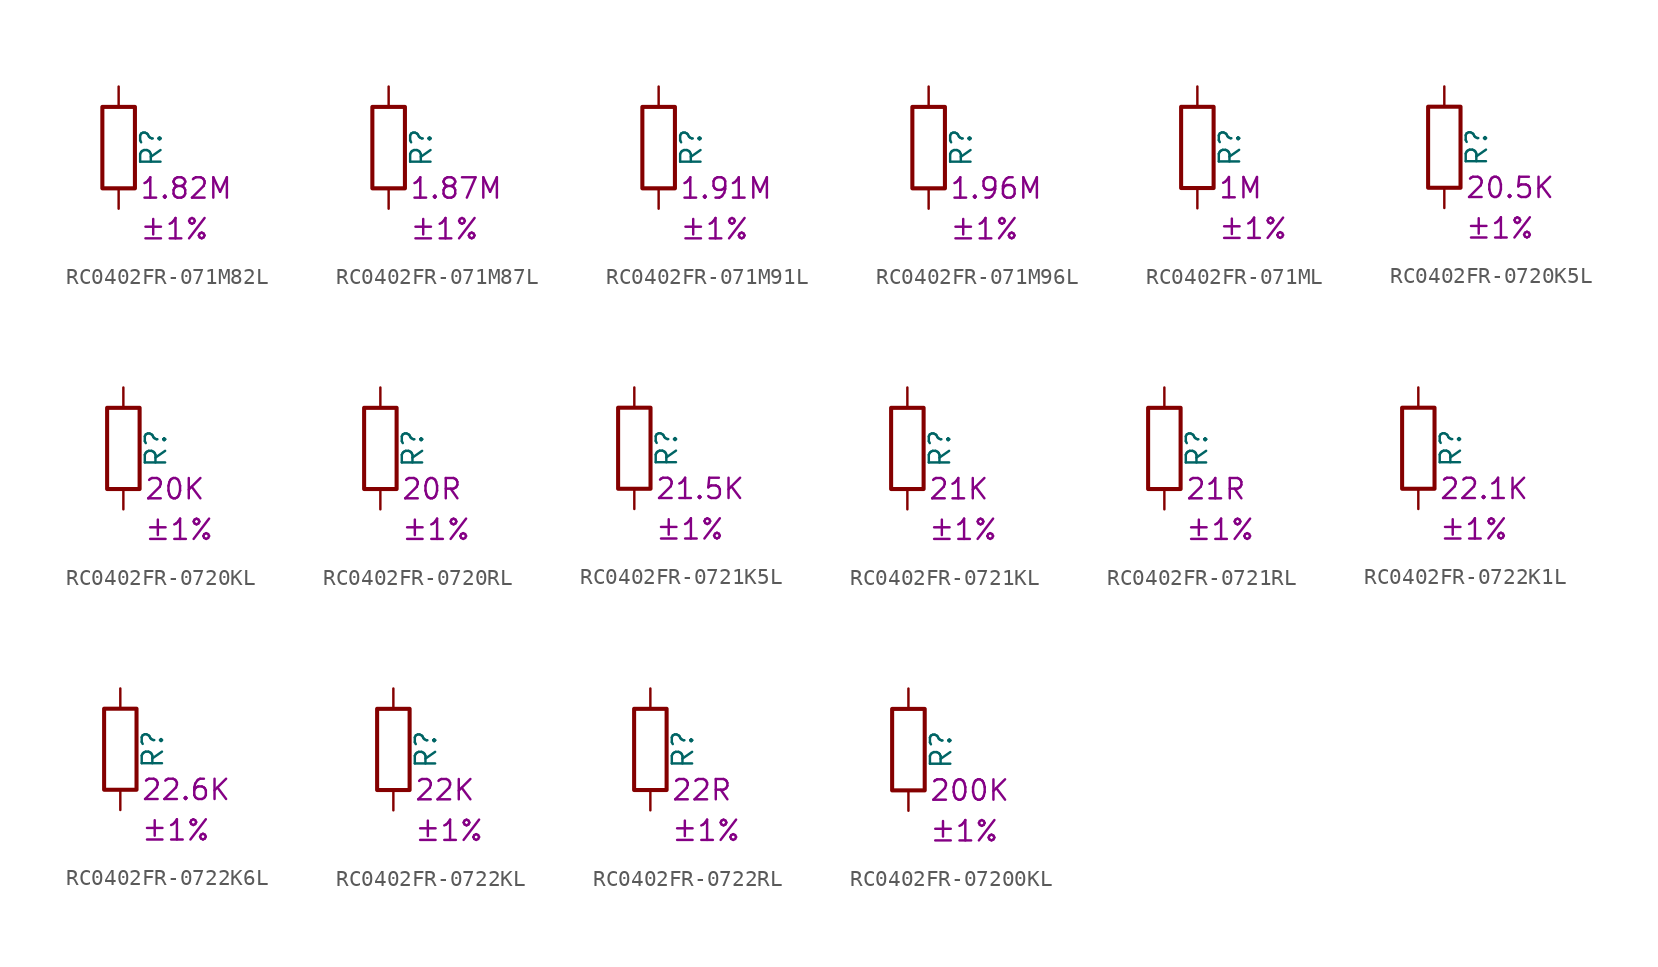
<source format=kicad_sym>
(kicad_symbol_lib
  (version 20220914)
  (generator kicad_symbol_editor)
  (symbol "RC0402FR-071M82L"
    (pin_numbers hide)
    (pin_names
      (offset 0))
    (property "Reference" "R"
      (at 2.032 0 90)
      (effects (font (size 1.27 1.27))))
    (property "Resistance" "1.82M"
      (at 1.27 -2.54 0)
      (effects (font (size 1.27 1.27)) (justify left)))
    (property "Tolerance" "±1%"
      (at 1.27 -5.08 0)
      (effects (font (size 1.27 1.27)) (justify left)))
    (symbol "RC0402FR-071M82L_0_1"
      (rectangle (start -1.016 -2.54) (end 1.016 2.54) (stroke (width 0.254) (type default)) (fill (type none))))
    (symbol "RC0402FR-071M82L_1_1"
      (pin passive line (at 0 3.81 270) (length 1.27) (name "~" (effects (font (size 1.27 1.27)))) (number "1" (effects (font (size 1.27 1.27)))))
      (pin passive line (at 0 -3.81 90) (length 1.27) (name "~" (effects (font (size 1.27 1.27)))) (number "2" (effects (font (size 1.27 1.27)))))))
  (symbol "RC0402FR-071M87L"
    (pin_numbers hide)
    (pin_names
      (offset 0))
    (property "Reference" "R"
      (at 2.032 0 90)
      (effects (font (size 1.27 1.27))))
    (property "Resistance" "1.87M"
      (at 1.27 -2.54 0)
      (effects (font (size 1.27 1.27)) (justify left)))
    (property "Tolerance" "±1%"
      (at 1.27 -5.08 0)
      (effects (font (size 1.27 1.27)) (justify left)))
    (symbol "RC0402FR-071M87L_0_1"
      (rectangle (start -1.016 -2.54) (end 1.016 2.54) (stroke (width 0.254) (type default)) (fill (type none))))
    (symbol "RC0402FR-071M87L_1_1"
      (pin passive line (at 0 3.81 270) (length 1.27) (name "~" (effects (font (size 1.27 1.27)))) (number "1" (effects (font (size 1.27 1.27)))))
      (pin passive line (at 0 -3.81 90) (length 1.27) (name "~" (effects (font (size 1.27 1.27)))) (number "2" (effects (font (size 1.27 1.27)))))))
  (symbol "RC0402FR-071M91L"
    (pin_numbers hide)
    (pin_names
      (offset 0))
    (property "Reference" "R"
      (at 2.032 0 90)
      (effects (font (size 1.27 1.27))))
    (property "Resistance" "1.91M"
      (at 1.27 -2.54 0)
      (effects (font (size 1.27 1.27)) (justify left)))
    (property "Tolerance" "±1%"
      (at 1.27 -5.08 0)
      (effects (font (size 1.27 1.27)) (justify left)))
    (symbol "RC0402FR-071M91L_0_1"
      (rectangle (start -1.016 -2.54) (end 1.016 2.54) (stroke (width 0.254) (type default)) (fill (type none))))
    (symbol "RC0402FR-071M91L_1_1"
      (pin passive line (at 0 3.81 270) (length 1.27) (name "~" (effects (font (size 1.27 1.27)))) (number "1" (effects (font (size 1.27 1.27)))))
      (pin passive line (at 0 -3.81 90) (length 1.27) (name "~" (effects (font (size 1.27 1.27)))) (number "2" (effects (font (size 1.27 1.27)))))))
  (symbol "RC0402FR-071M96L"
    (pin_numbers hide)
    (pin_names
      (offset 0))
    (property "Reference" "R"
      (at 2.032 0 90)
      (effects (font (size 1.27 1.27))))
    (property "Resistance" "1.96M"
      (at 1.27 -2.54 0)
      (effects (font (size 1.27 1.27)) (justify left)))
    (property "Tolerance" "±1%"
      (at 1.27 -5.08 0)
      (effects (font (size 1.27 1.27)) (justify left)))
    (symbol "RC0402FR-071M96L_0_1"
      (rectangle (start -1.016 -2.54) (end 1.016 2.54) (stroke (width 0.254) (type default)) (fill (type none))))
    (symbol "RC0402FR-071M96L_1_1"
      (pin passive line (at 0 3.81 270) (length 1.27) (name "~" (effects (font (size 1.27 1.27)))) (number "1" (effects (font (size 1.27 1.27)))))
      (pin passive line (at 0 -3.81 90) (length 1.27) (name "~" (effects (font (size 1.27 1.27)))) (number "2" (effects (font (size 1.27 1.27)))))))
  (symbol "RC0402FR-071ML"
    (pin_numbers hide)
    (pin_names
      (offset 0))
    (property "Reference" "R"
      (at 2.032 0 90)
      (effects (font (size 1.27 1.27))))
    (property "Resistance" "1M"
      (at 1.27 -2.54 0)
      (effects (font (size 1.27 1.27)) (justify left)))
    (property "Tolerance" "±1%"
      (at 1.27 -5.08 0)
      (effects (font (size 1.27 1.27)) (justify left)))
    (symbol "RC0402FR-071ML_0_1"
      (rectangle (start -1.016 -2.54) (end 1.016 2.54) (stroke (width 0.254) (type default)) (fill (type none))))
    (symbol "RC0402FR-071ML_1_1"
      (pin passive line (at 0 3.81 270) (length 1.27) (name "~" (effects (font (size 1.27 1.27)))) (number "1" (effects (font (size 1.27 1.27)))))
      (pin passive line (at 0 -3.81 90) (length 1.27) (name "~" (effects (font (size 1.27 1.27)))) (number "2" (effects (font (size 1.27 1.27)))))))
  (symbol "RC0402FR-0720K5L"
    (pin_numbers hide)
    (pin_names
      (offset 0))
    (property "Reference" "R"
      (at 2.032 0 90)
      (effects (font (size 1.27 1.27))))
    (property "Resistance" "20.5K"
      (at 1.27 -2.54 0)
      (effects (font (size 1.27 1.27)) (justify left)))
    (property "Tolerance" "±1%"
      (at 1.27 -5.08 0)
      (effects (font (size 1.27 1.27)) (justify left)))
    (symbol "RC0402FR-0720K5L_0_1"
      (rectangle (start -1.016 -2.54) (end 1.016 2.54) (stroke (width 0.254) (type default)) (fill (type none))))
    (symbol "RC0402FR-0720K5L_1_1"
      (pin passive line (at 0 3.81 270) (length 1.27) (name "~" (effects (font (size 1.27 1.27)))) (number "1" (effects (font (size 1.27 1.27)))))
      (pin passive line (at 0 -3.81 90) (length 1.27) (name "~" (effects (font (size 1.27 1.27)))) (number "2" (effects (font (size 1.27 1.27)))))))
  (symbol "RC0402FR-0720KL"
    (pin_numbers hide)
    (pin_names
      (offset 0))
    (property "Reference" "R"
      (at 2.032 0 90)
      (effects (font (size 1.27 1.27))))
    (property "Resistance" "20K"
      (at 1.27 -2.54 0)
      (effects (font (size 1.27 1.27)) (justify left)))
    (property "Tolerance" "±1%"
      (at 1.27 -5.08 0)
      (effects (font (size 1.27 1.27)) (justify left)))
    (symbol "RC0402FR-0720KL_0_1"
      (rectangle (start -1.016 -2.54) (end 1.016 2.54) (stroke (width 0.254) (type default)) (fill (type none))))
    (symbol "RC0402FR-0720KL_1_1"
      (pin passive line (at 0 3.81 270) (length 1.27) (name "~" (effects (font (size 1.27 1.27)))) (number "1" (effects (font (size 1.27 1.27)))))
      (pin passive line (at 0 -3.81 90) (length 1.27) (name "~" (effects (font (size 1.27 1.27)))) (number "2" (effects (font (size 1.27 1.27)))))))
  (symbol "RC0402FR-0720RL"
    (pin_numbers hide)
    (pin_names
      (offset 0))
    (property "Reference" "R"
      (at 2.032 0 90)
      (effects (font (size 1.27 1.27))))
    (property "Resistance" "20R"
      (at 1.27 -2.54 0)
      (effects (font (size 1.27 1.27)) (justify left)))
    (property "Tolerance" "±1%"
      (at 1.27 -5.08 0)
      (effects (font (size 1.27 1.27)) (justify left)))
    (symbol "RC0402FR-0720RL_0_1"
      (rectangle (start -1.016 -2.54) (end 1.016 2.54) (stroke (width 0.254) (type default)) (fill (type none))))
    (symbol "RC0402FR-0720RL_1_1"
      (pin passive line (at 0 3.81 270) (length 1.27) (name "~" (effects (font (size 1.27 1.27)))) (number "1" (effects (font (size 1.27 1.27)))))
      (pin passive line (at 0 -3.81 90) (length 1.27) (name "~" (effects (font (size 1.27 1.27)))) (number "2" (effects (font (size 1.27 1.27)))))))
  (symbol "RC0402FR-0721K5L"
    (pin_numbers hide)
    (pin_names
      (offset 0))
    (property "Reference" "R"
      (at 2.032 0 90)
      (effects (font (size 1.27 1.27))))
    (property "Resistance" "21.5K"
      (at 1.27 -2.54 0)
      (effects (font (size 1.27 1.27)) (justify left)))
    (property "Tolerance" "±1%"
      (at 1.27 -5.08 0)
      (effects (font (size 1.27 1.27)) (justify left)))
    (symbol "RC0402FR-0721K5L_0_1"
      (rectangle (start -1.016 -2.54) (end 1.016 2.54) (stroke (width 0.254) (type default)) (fill (type none))))
    (symbol "RC0402FR-0721K5L_1_1"
      (pin passive line (at 0 3.81 270) (length 1.27) (name "~" (effects (font (size 1.27 1.27)))) (number "1" (effects (font (size 1.27 1.27)))))
      (pin passive line (at 0 -3.81 90) (length 1.27) (name "~" (effects (font (size 1.27 1.27)))) (number "2" (effects (font (size 1.27 1.27)))))))
  (symbol "RC0402FR-0721KL"
    (pin_numbers hide)
    (pin_names
      (offset 0))
    (property "Reference" "R"
      (at 2.032 0 90)
      (effects (font (size 1.27 1.27))))
    (property "Resistance" "21K"
      (at 1.27 -2.54 0)
      (effects (font (size 1.27 1.27)) (justify left)))
    (property "Tolerance" "±1%"
      (at 1.27 -5.08 0)
      (effects (font (size 1.27 1.27)) (justify left)))
    (symbol "RC0402FR-0721KL_0_1"
      (rectangle (start -1.016 -2.54) (end 1.016 2.54) (stroke (width 0.254) (type default)) (fill (type none))))
    (symbol "RC0402FR-0721KL_1_1"
      (pin passive line (at 0 3.81 270) (length 1.27) (name "~" (effects (font (size 1.27 1.27)))) (number "1" (effects (font (size 1.27 1.27)))))
      (pin passive line (at 0 -3.81 90) (length 1.27) (name "~" (effects (font (size 1.27 1.27)))) (number "2" (effects (font (size 1.27 1.27)))))))
  (symbol "RC0402FR-0721RL"
    (pin_numbers hide)
    (pin_names
      (offset 0))
    (property "Reference" "R"
      (at 2.032 0 90)
      (effects (font (size 1.27 1.27))))
    (property "Resistance" "21R"
      (at 1.27 -2.54 0)
      (effects (font (size 1.27 1.27)) (justify left)))
    (property "Tolerance" "±1%"
      (at 1.27 -5.08 0)
      (effects (font (size 1.27 1.27)) (justify left)))
    (symbol "RC0402FR-0721RL_0_1"
      (rectangle (start -1.016 -2.54) (end 1.016 2.54) (stroke (width 0.254) (type default)) (fill (type none))))
    (symbol "RC0402FR-0721RL_1_1"
      (pin passive line (at 0 3.81 270) (length 1.27) (name "~" (effects (font (size 1.27 1.27)))) (number "1" (effects (font (size 1.27 1.27)))))
      (pin passive line (at 0 -3.81 90) (length 1.27) (name "~" (effects (font (size 1.27 1.27)))) (number "2" (effects (font (size 1.27 1.27)))))))
  (symbol "RC0402FR-0722K1L"
    (pin_numbers hide)
    (pin_names
      (offset 0))
    (property "Reference" "R"
      (at 2.032 0 90)
      (effects (font (size 1.27 1.27))))
    (property "Resistance" "22.1K"
      (at 1.27 -2.54 0)
      (effects (font (size 1.27 1.27)) (justify left)))
    (property "Tolerance" "±1%"
      (at 1.27 -5.08 0)
      (effects (font (size 1.27 1.27)) (justify left)))
    (symbol "RC0402FR-0722K1L_0_1"
      (rectangle (start -1.016 -2.54) (end 1.016 2.54) (stroke (width 0.254) (type default)) (fill (type none))))
    (symbol "RC0402FR-0722K1L_1_1"
      (pin passive line (at 0 3.81 270) (length 1.27) (name "~" (effects (font (size 1.27 1.27)))) (number "1" (effects (font (size 1.27 1.27)))))
      (pin passive line (at 0 -3.81 90) (length 1.27) (name "~" (effects (font (size 1.27 1.27)))) (number "2" (effects (font (size 1.27 1.27)))))))
  (symbol "RC0402FR-0722K6L"
    (pin_numbers hide)
    (pin_names
      (offset 0))
    (property "Reference" "R"
      (at 2.032 0 90)
      (effects (font (size 1.27 1.27))))
    (property "Resistance" "22.6K"
      (at 1.27 -2.54 0)
      (effects (font (size 1.27 1.27)) (justify left)))
    (property "Tolerance" "±1%"
      (at 1.27 -5.08 0)
      (effects (font (size 1.27 1.27)) (justify left)))
    (symbol "RC0402FR-0722K6L_0_1"
      (rectangle (start -1.016 -2.54) (end 1.016 2.54) (stroke (width 0.254) (type default)) (fill (type none))))
    (symbol "RC0402FR-0722K6L_1_1"
      (pin passive line (at 0 3.81 270) (length 1.27) (name "~" (effects (font (size 1.27 1.27)))) (number "1" (effects (font (size 1.27 1.27)))))
      (pin passive line (at 0 -3.81 90) (length 1.27) (name "~" (effects (font (size 1.27 1.27)))) (number "2" (effects (font (size 1.27 1.27)))))))
  (symbol "RC0402FR-0722KL"
    (pin_numbers hide)
    (pin_names
      (offset 0))
    (property "Reference" "R"
      (at 2.032 0 90)
      (effects (font (size 1.27 1.27))))
    (property "Resistance" "22K"
      (at 1.27 -2.54 0)
      (effects (font (size 1.27 1.27)) (justify left)))
    (property "Tolerance" "±1%"
      (at 1.27 -5.08 0)
      (effects (font (size 1.27 1.27)) (justify left)))
    (symbol "RC0402FR-0722KL_0_1"
      (rectangle (start -1.016 -2.54) (end 1.016 2.54) (stroke (width 0.254) (type default)) (fill (type none))))
    (symbol "RC0402FR-0722KL_1_1"
      (pin passive line (at 0 3.81 270) (length 1.27) (name "~" (effects (font (size 1.27 1.27)))) (number "1" (effects (font (size 1.27 1.27)))))
      (pin passive line (at 0 -3.81 90) (length 1.27) (name "~" (effects (font (size 1.27 1.27)))) (number "2" (effects (font (size 1.27 1.27)))))))
  (symbol "RC0402FR-0722RL"
    (pin_numbers hide)
    (pin_names
      (offset 0))
    (property "Reference" "R"
      (at 2.032 0 90)
      (effects (font (size 1.27 1.27))))
    (property "Resistance" "22R"
      (at 1.27 -2.54 0)
      (effects (font (size 1.27 1.27)) (justify left)))
    (property "Tolerance" "±1%"
      (at 1.27 -5.08 0)
      (effects (font (size 1.27 1.27)) (justify left)))
    (symbol "RC0402FR-0722RL_0_1"
      (rectangle (start -1.016 -2.54) (end 1.016 2.54) (stroke (width 0.254) (type default)) (fill (type none))))
    (symbol "RC0402FR-0722RL_1_1"
      (pin passive line (at 0 3.81 270) (length 1.27) (name "~" (effects (font (size 1.27 1.27)))) (number "1" (effects (font (size 1.27 1.27)))))
      (pin passive line (at 0 -3.81 90) (length 1.27) (name "~" (effects (font (size 1.27 1.27)))) (number "2" (effects (font (size 1.27 1.27)))))))
  (symbol "RC0402FR-07200KL"
    (pin_numbers hide)
    (pin_names
      (offset 0))
    (property "Reference" "R"
      (at 2.032 0 90)
      (effects (font (size 1.27 1.27))))
    (property "Resistance" "200K"
      (at 1.27 -2.54 0)
      (effects (font (size 1.27 1.27)) (justify left)))
    (property "Tolerance" "±1%"
      (at 1.27 -5.08 0)
      (effects (font (size 1.27 1.27)) (justify left)))
    (symbol "RC0402FR-07200KL_0_1"
      (rectangle (start -1.016 -2.54) (end 1.016 2.54) (stroke (width 0.254) (type default)) (fill (type none))))
    (symbol "RC0402FR-07200KL_1_1"
      (pin passive line (at 0 3.81 270) (length 1.27) (name "~" (effects (font (size 1.27 1.27)))) (number "1" (effects (font (size 1.27 1.27)))))
      (pin passive line (at 0 -3.81 90) (length 1.27) (name "~" (effects (font (size 1.27 1.27)))) (number "2" (effects (font (size 1.27 1.27))))))))
</source>
